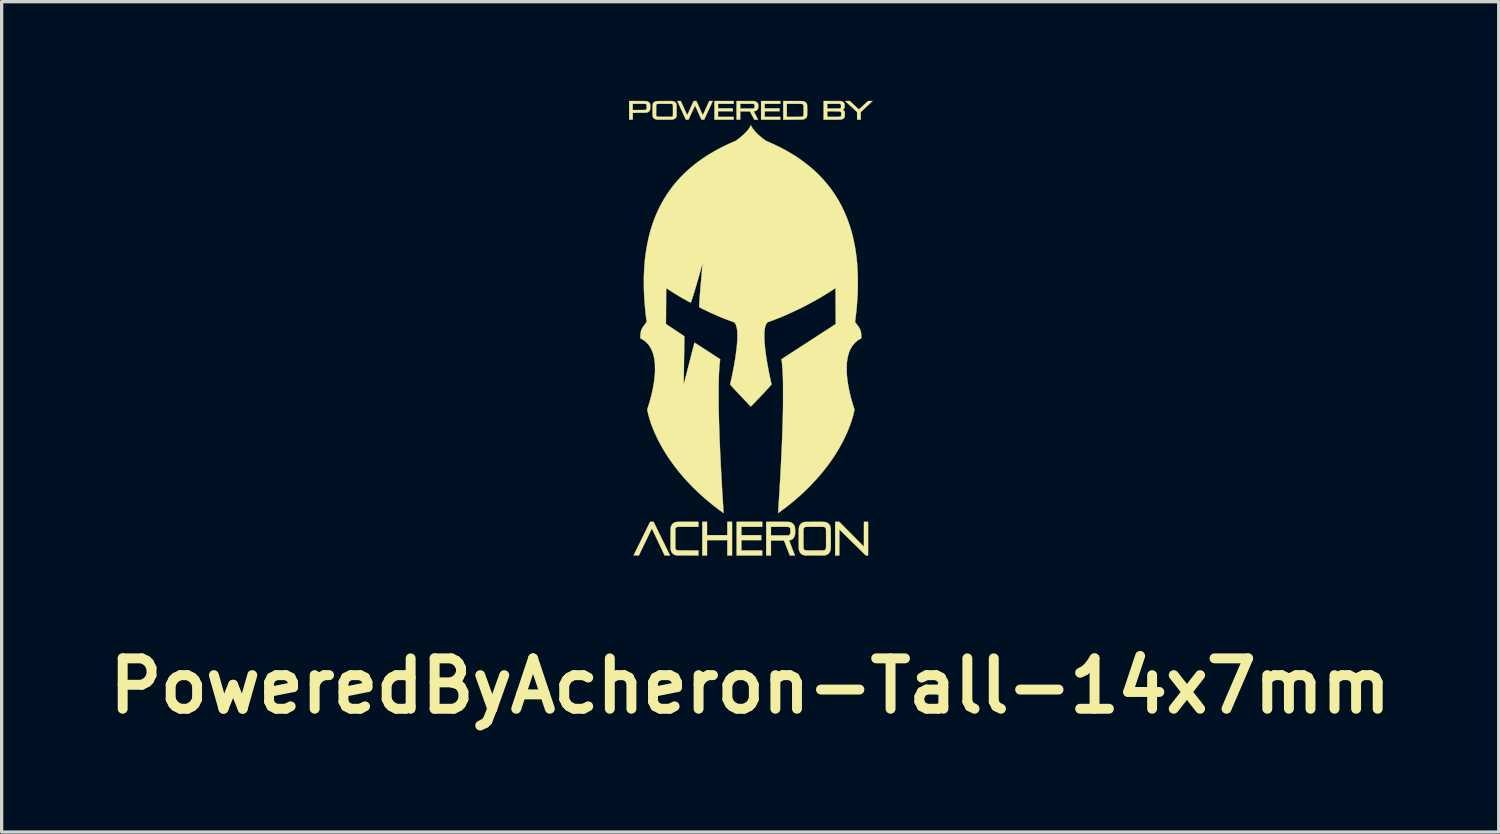
<source format=kicad_pcb>
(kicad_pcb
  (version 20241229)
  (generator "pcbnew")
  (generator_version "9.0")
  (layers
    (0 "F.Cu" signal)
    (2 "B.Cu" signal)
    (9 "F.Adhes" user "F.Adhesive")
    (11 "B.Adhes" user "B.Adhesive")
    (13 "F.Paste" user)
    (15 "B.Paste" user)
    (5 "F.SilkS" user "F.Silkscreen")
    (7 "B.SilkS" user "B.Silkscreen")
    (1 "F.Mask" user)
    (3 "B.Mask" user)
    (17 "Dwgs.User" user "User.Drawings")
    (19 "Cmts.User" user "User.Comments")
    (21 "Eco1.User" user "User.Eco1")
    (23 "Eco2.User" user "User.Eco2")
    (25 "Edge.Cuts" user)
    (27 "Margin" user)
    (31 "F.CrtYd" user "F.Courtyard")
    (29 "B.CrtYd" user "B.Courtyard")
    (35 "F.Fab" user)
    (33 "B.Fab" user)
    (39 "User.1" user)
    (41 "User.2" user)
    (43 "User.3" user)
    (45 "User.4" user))
  (footprint "PoweredByAcheron-Tall-14x7mm"
    (layer "F.Cu")
    (at 19.658 6.875)
    (property "Reference" "PoweredByAcheron-Tall-14x7mm" (at -0.02 10.82 0) (layer "F.SilkS") (effects (font (size 1.524 1.524) (thickness 0.3))))
    (attr through_hole)
    (fp_poly (pts (xy -1.326 6.26) (xy -0.711 6.26) (xy -0.711 5.857) (xy -0.569 5.857) (xy -0.569 6.873) (xy -0.711 6.873) (xy -0.711 6.41) (xy -1.326 6.41) (xy -1.326 6.873) (xy -1.468 6.873) (xy -1.468 5.857) (xy -1.326 5.857) (xy -1.326 6.26)) (stroke (width 0.01) (type solid)) (fill yes) (layer "F.SilkS"))
    (fp_poly (pts (xy -0.521 -6.786) (xy -0.993 -6.786) (xy -0.993 -6.647) (xy -0.546 -6.647) (xy -0.546 -6.563) (xy -0.993 -6.563) (xy -0.993 -6.39) (xy -0.521 -6.39) (xy -0.521 -6.306) (xy -1.1 -6.306) (xy -1.1 -6.87) (xy -0.521 -6.87) (xy -0.521 -6.786)) (stroke (width 0.01) (type solid)) (fill yes) (layer "F.SilkS"))
    (fp_poly (pts (xy 0.343 6.006) (xy -0.287 6.006) (xy -0.287 6.26) (xy 0.312 6.26) (xy 0.312 6.41) (xy -0.287 6.41) (xy -0.287 6.723) (xy 0.343 6.723) (xy 0.343 6.873) (xy -0.429 6.873) (xy -0.429 5.857) (xy 0.343 5.857) (xy 0.343 6.006)) (stroke (width 0.01) (type solid)) (fill yes) (layer "F.SilkS"))
    (fp_poly (pts (xy 0.889 -6.786) (xy 0.417 -6.786) (xy 0.417 -6.647) (xy 0.866 -6.647) (xy 0.866 -6.563) (xy 0.417 -6.563) (xy 0.417 -6.39) (xy 0.889 -6.39) (xy 0.889 -6.306) (xy 0.31 -6.306) (xy 0.31 -6.87) (xy 0.889 -6.87) (xy 0.889 -6.786)) (stroke (width 0.01) (type solid)) (fill yes) (layer "F.SilkS"))
    (fp_poly (pts (xy 3.047 6.233) (xy 3.42 6.609) (xy 3.42 6.233) (xy 3.421 5.857) (xy 3.545 5.857) (xy 3.545 6.873) (xy 3.511 6.872) (xy 3.476 6.872) (xy 3.076 6.478) (xy 2.676 6.084) (xy 2.674 6.873) (xy 2.55 6.873) (xy 2.55 5.857) (xy 2.674 5.857) (xy 3.047 6.233)) (stroke (width 0.01) (type solid)) (fill yes) (layer "F.SilkS"))
    (fp_poly (pts (xy 3.679 -6.869) (xy 3.501 -6.702) (xy 3.322 -6.536) (xy 3.322 -6.306) (xy 3.215 -6.306) (xy 3.214 -6.536) (xy 3.037 -6.7) (xy 3.012 -6.723) (xy 2.987 -6.746) (xy 2.964 -6.767) (xy 2.942 -6.787) (xy 2.923 -6.806) (xy 2.905 -6.822) (xy 2.89 -6.836) (xy 2.877 -6.848) (xy 2.867 -6.857) (xy 2.86 -6.863) (xy 2.857 -6.867) (xy 2.857 -6.867) (xy 2.857 -6.868) (xy 2.859 -6.869) (xy 2.864 -6.869) (xy 2.873 -6.87) (xy 2.885 -6.87) (xy 2.901 -6.87) (xy 2.922 -6.87) (xy 2.922 -6.87) (xy 2.991 -6.87) (xy 3.129 -6.742) (xy 3.155 -6.718) (xy 3.177 -6.697) (xy 3.197 -6.679) (xy 3.213 -6.664) (xy 3.227 -6.651) (xy 3.238 -6.641) (xy 3.247 -6.633) (xy 3.254 -6.627) (xy 3.26 -6.623) (xy 3.264 -6.62) (xy 3.267 -6.618) (xy 3.269 -6.617) (xy 3.27 -6.617) (xy 3.271 -6.617) (xy 3.272 -6.618) (xy 3.275 -6.62) (xy 3.281 -6.626) (xy 3.29 -6.634) (xy 3.302 -6.645) (xy 3.317 -6.659) (xy 3.333 -6.674) (xy 3.352 -6.691) (xy 3.372 -6.71) (xy 3.393 -6.73) (xy 3.411 -6.746) (xy 3.545 -6.87) (xy 3.679 -6.869)) (stroke (width 0.01) (type solid)) (fill yes) (layer "F.SilkS"))
    (fp_poly (pts (xy -2.994 5.857) (xy -2.942 5.857) (xy -2.709 6.335) (xy -2.686 6.382) (xy -2.663 6.427) (xy -2.642 6.472) (xy -2.62 6.515) (xy -2.6 6.557) (xy -2.581 6.597) (xy -2.562 6.634) (xy -2.545 6.669) (xy -2.529 6.702) (xy -2.515 6.732) (xy -2.502 6.759) (xy -2.49 6.782) (xy -2.48 6.802) (xy -2.472 6.819) (xy -2.466 6.831) (xy -2.462 6.84) (xy -2.461 6.843) (xy -2.446 6.873) (xy -2.526 6.873) (xy -2.607 6.872) (xy -2.8 6.465) (xy -2.82 6.422) (xy -2.84 6.381) (xy -2.859 6.34) (xy -2.877 6.302) (xy -2.895 6.266) (xy -2.911 6.231) (xy -2.926 6.2) (xy -2.94 6.17) (xy -2.953 6.144) (xy -2.964 6.121) (xy -2.974 6.101) (xy -2.982 6.085) (xy -2.988 6.072) (xy -2.992 6.064) (xy -2.994 6.06) (xy -2.995 6.059) (xy -2.996 6.062) (xy -2.999 6.069) (xy -3.005 6.079) (xy -3.012 6.094) (xy -3.021 6.113) (xy -3.032 6.134) (xy -3.044 6.16) (xy -3.057 6.188) (xy -3.072 6.218) (xy -3.088 6.251) (xy -3.105 6.287) (xy -3.123 6.324) (xy -3.142 6.364) (xy -3.162 6.405) (xy -3.182 6.447) (xy -3.192 6.466) (xy -3.387 6.871) (xy -3.466 6.872) (xy -3.488 6.872) (xy -3.507 6.872) (xy -3.523 6.872) (xy -3.534 6.871) (xy -3.542 6.871) (xy -3.545 6.87) (xy -3.545 6.87) (xy -3.544 6.868) (xy -3.541 6.861) (xy -3.535 6.85) (xy -3.528 6.835) (xy -3.519 6.817) (xy -3.508 6.794) (xy -3.495 6.769) (xy -3.481 6.74) (xy -3.466 6.709) (xy -3.449 6.675) (xy -3.431 6.638) (xy -3.412 6.599) (xy -3.392 6.558) (xy -3.37 6.515) (xy -3.348 6.47) (xy -3.326 6.424) (xy -3.302 6.377) (xy -3.295 6.362) (xy -3.046 5.857) (xy -2.994 5.857)) (stroke (width 0.01) (type solid)) (fill yes) (layer "F.SilkS"))
    (fp_poly (pts (xy -1.688 -6.869) (xy -1.648 -6.869) (xy -1.551 -6.655) (xy -1.537 -6.624) (xy -1.523 -6.594) (xy -1.511 -6.566) (xy -1.499 -6.54) (xy -1.488 -6.517) (xy -1.478 -6.496) (xy -1.47 -6.478) (xy -1.463 -6.463) (xy -1.458 -6.452) (xy -1.454 -6.445) (xy -1.453 -6.443) (xy -1.453 -6.443) (xy -1.451 -6.445) (xy -1.448 -6.452) (xy -1.443 -6.463) (xy -1.436 -6.477) (xy -1.428 -6.495) (xy -1.418 -6.516) (xy -1.408 -6.539) (xy -1.396 -6.565) (xy -1.383 -6.593) (xy -1.37 -6.622) (xy -1.356 -6.653) (xy -1.354 -6.657) (xy -1.256 -6.87) (xy -1.205 -6.87) (xy -1.189 -6.87) (xy -1.175 -6.87) (xy -1.164 -6.869) (xy -1.157 -6.869) (xy -1.154 -6.868) (xy -1.153 -6.868) (xy -1.155 -6.865) (xy -1.158 -6.858) (xy -1.163 -6.847) (xy -1.17 -6.833) (xy -1.178 -6.815) (xy -1.188 -6.793) (xy -1.199 -6.769) (xy -1.211 -6.742) (xy -1.225 -6.713) (xy -1.239 -6.682) (xy -1.255 -6.648) (xy -1.271 -6.614) (xy -1.284 -6.586) (xy -1.413 -6.306) (xy -1.493 -6.306) (xy -1.688 -6.738) (xy -1.692 -6.728) (xy -1.694 -6.725) (xy -1.698 -6.717) (xy -1.703 -6.705) (xy -1.71 -6.689) (xy -1.719 -6.671) (xy -1.729 -6.649) (xy -1.74 -6.625) (xy -1.752 -6.599) (xy -1.765 -6.571) (xy -1.779 -6.541) (xy -1.792 -6.513) (xy -1.886 -6.307) (xy -1.925 -6.307) (xy -1.964 -6.306) (xy -2.092 -6.584) (xy -2.108 -6.619) (xy -2.124 -6.653) (xy -2.139 -6.686) (xy -2.153 -6.717) (xy -2.166 -6.746) (xy -2.179 -6.772) (xy -2.189 -6.796) (xy -2.199 -6.817) (xy -2.207 -6.834) (xy -2.213 -6.848) (xy -2.218 -6.858) (xy -2.221 -6.864) (xy -2.221 -6.866) (xy -2.222 -6.867) (xy -2.221 -6.868) (xy -2.218 -6.869) (xy -2.213 -6.869) (xy -2.205 -6.87) (xy -2.193 -6.87) (xy -2.177 -6.87) (xy -2.172 -6.869) (xy -2.12 -6.869) (xy -2.023 -6.655) (xy -2.009 -6.624) (xy -1.996 -6.594) (xy -1.983 -6.566) (xy -1.971 -6.541) (xy -1.96 -6.517) (xy -1.951 -6.496) (xy -1.942 -6.478) (xy -1.935 -6.463) (xy -1.93 -6.452) (xy -1.927 -6.445) (xy -1.925 -6.442) (xy -1.925 -6.442) (xy -1.924 -6.445) (xy -1.92 -6.451) (xy -1.915 -6.462) (xy -1.909 -6.476) (xy -1.901 -6.494) (xy -1.891 -6.515) (xy -1.88 -6.538) (xy -1.868 -6.564) (xy -1.856 -6.591) (xy -1.842 -6.621) (xy -1.828 -6.652) (xy -1.826 -6.657) (xy -1.728 -6.87) (xy -1.688 -6.869)) (stroke (width 0.01) (type solid)) (fill yes) (layer "F.SilkS"))
    (fp_poly (pts (xy -1.587 6.006) (xy -1.903 6.007) (xy -1.95 6.007) (xy -1.992 6.007) (xy -2.029 6.007) (xy -2.062 6.008) (xy -2.091 6.008) (xy -2.117 6.008) (xy -2.139 6.008) (xy -2.158 6.008) (xy -2.174 6.008) (xy -2.187 6.009) (xy -2.198 6.009) (xy -2.207 6.009) (xy -2.214 6.01) (xy -2.22 6.01) (xy -2.224 6.011) (xy -2.227 6.011) (xy -2.23 6.012) (xy -2.232 6.012) (xy -2.249 6.02) (xy -2.262 6.031) (xy -2.273 6.045) (xy -2.276 6.051) (xy -2.285 6.069) (xy -2.285 6.363) (xy -2.284 6.408) (xy -2.284 6.448) (xy -2.284 6.484) (xy -2.284 6.516) (xy -2.284 6.543) (xy -2.284 6.567) (xy -2.284 6.587) (xy -2.284 6.605) (xy -2.284 6.619) (xy -2.284 6.632) (xy -2.283 6.641) (xy -2.283 6.649) (xy -2.283 6.656) (xy -2.282 6.661) (xy -2.282 6.664) (xy -2.281 6.667) (xy -2.28 6.67) (xy -2.28 6.672) (xy -2.272 6.687) (xy -2.26 6.7) (xy -2.246 6.711) (xy -2.236 6.715) (xy -2.221 6.721) (xy -1.904 6.722) (xy -1.587 6.723) (xy -1.587 6.873) (xy -1.908 6.872) (xy -1.958 6.872) (xy -2.004 6.872) (xy -2.045 6.872) (xy -2.081 6.872) (xy -2.114 6.872) (xy -2.142 6.872) (xy -2.166 6.871) (xy -2.187 6.871) (xy -2.205 6.871) (xy -2.219 6.871) (xy -2.231 6.87) (xy -2.24 6.87) (xy -2.246 6.869) (xy -2.249 6.869) (xy -2.282 6.862) (xy -2.312 6.85) (xy -2.339 6.836) (xy -2.362 6.817) (xy -2.377 6.801) (xy -2.39 6.784) (xy -2.401 6.764) (xy -2.411 6.741) (xy -2.42 6.714) (xy -2.42 6.713) (xy -2.427 6.688) (xy -2.428 6.38) (xy -2.428 6.329) (xy -2.428 6.284) (xy -2.428 6.243) (xy -2.428 6.206) (xy -2.428 6.174) (xy -2.428 6.146) (xy -2.427 6.122) (xy -2.427 6.101) (xy -2.427 6.084) (xy -2.427 6.071) (xy -2.426 6.06) (xy -2.426 6.053) (xy -2.425 6.048) (xy -2.419 6.015) (xy -2.409 5.983) (xy -2.395 5.955) (xy -2.379 5.93) (xy -2.378 5.93) (xy -2.36 5.911) (xy -2.338 5.895) (xy -2.313 5.881) (xy -2.284 5.87) (xy -2.254 5.862) (xy -2.235 5.859) (xy -2.229 5.859) (xy -2.218 5.858) (xy -2.202 5.858) (xy -2.181 5.858) (xy -2.155 5.857) (xy -2.126 5.857) (xy -2.091 5.857) (xy -2.053 5.857) (xy -2.01 5.857) (xy -1.963 5.857) (xy -1.912 5.857) (xy -1.9 5.857) (xy -1.587 5.857) (xy -1.587 6.006)) (stroke (width 0.01) (type solid)) (fill yes) (layer "F.SilkS"))
    (fp_poly (pts (xy -3.424 -6.869) (xy -3.383 -6.869) (xy -3.346 -6.869) (xy -3.313 -6.869) (xy -3.285 -6.869) (xy -3.26 -6.869) (xy -3.239 -6.869) (xy -3.221 -6.868) (xy -3.206 -6.868) (xy -3.194 -6.868) (xy -3.184 -6.868) (xy -3.175 -6.867) (xy -3.169 -6.867) (xy -3.163 -6.866) (xy -3.159 -6.866) (xy -3.155 -6.865) (xy -3.152 -6.864) (xy -3.148 -6.863) (xy -3.147 -6.863) (xy -3.122 -6.855) (xy -3.101 -6.844) (xy -3.083 -6.831) (xy -3.077 -6.826) (xy -3.068 -6.816) (xy -3.061 -6.807) (xy -3.055 -6.798) (xy -3.05 -6.787) (xy -3.047 -6.775) (xy -3.045 -6.76) (xy -3.044 -6.742) (xy -3.043 -6.721) (xy -3.043 -6.695) (xy -3.043 -6.692) (xy -3.043 -6.669) (xy -3.043 -6.65) (xy -3.044 -6.635) (xy -3.045 -6.623) (xy -3.046 -6.612) (xy -3.049 -6.603) (xy -3.052 -6.595) (xy -3.055 -6.586) (xy -3.056 -6.586) (xy -3.065 -6.572) (xy -3.078 -6.558) (xy -3.093 -6.545) (xy -3.111 -6.535) (xy -3.112 -6.535) (xy -3.119 -6.532) (xy -3.125 -6.529) (xy -3.131 -6.526) (xy -3.137 -6.524) (xy -3.143 -6.522) (xy -3.151 -6.521) (xy -3.159 -6.519) (xy -3.169 -6.518) (xy -3.181 -6.518) (xy -3.196 -6.517) (xy -3.213 -6.516) (xy -3.233 -6.516) (xy -3.257 -6.516) (xy -3.284 -6.516) (xy -3.315 -6.515) (xy -3.351 -6.515) (xy -3.372 -6.515) (xy -3.573 -6.514) (xy -3.573 -6.306) (xy -3.68 -6.306) (xy -3.68 -6.786) (xy -3.573 -6.786) (xy -3.573 -6.598) (xy -3.389 -6.598) (xy -3.353 -6.598) (xy -3.321 -6.598) (xy -3.295 -6.598) (xy -3.272 -6.599) (xy -3.253 -6.599) (xy -3.237 -6.599) (xy -3.224 -6.599) (xy -3.213 -6.6) (xy -3.205 -6.6) (xy -3.199 -6.601) (xy -3.194 -6.601) (xy -3.19 -6.602) (xy -3.189 -6.602) (xy -3.173 -6.608) (xy -3.162 -6.616) (xy -3.154 -6.626) (xy -3.153 -6.629) (xy -3.152 -6.634) (xy -3.151 -6.639) (xy -3.15 -6.646) (xy -3.15 -6.655) (xy -3.15 -6.668) (xy -3.15 -6.684) (xy -3.15 -6.698) (xy -3.15 -6.718) (xy -3.151 -6.733) (xy -3.151 -6.745) (xy -3.152 -6.754) (xy -3.154 -6.76) (xy -3.157 -6.765) (xy -3.161 -6.769) (xy -3.166 -6.773) (xy -3.169 -6.775) (xy -3.172 -6.777) (xy -3.176 -6.779) (xy -3.18 -6.78) (xy -3.184 -6.782) (xy -3.191 -6.783) (xy -3.198 -6.784) (xy -3.208 -6.784) (xy -3.22 -6.785) (xy -3.235 -6.785) (xy -3.253 -6.786) (xy -3.274 -6.786) (xy -3.299 -6.786) (xy -3.328 -6.786) (xy -3.362 -6.786) (xy -3.388 -6.786) (xy -3.573 -6.786) (xy -3.68 -6.786) (xy -3.68 -6.87) (xy -3.424 -6.869)) (stroke (width 0.01) (type solid)) (fill yes) (layer "F.SilkS"))
    (fp_poly (pts (xy -0.166 -6.869) (xy 0.1 -6.869) (xy 0.121 -6.863) (xy 0.145 -6.854) (xy 0.165 -6.844) (xy 0.183 -6.832) (xy 0.187 -6.828) (xy 0.199 -6.816) (xy 0.208 -6.804) (xy 0.215 -6.79) (xy 0.22 -6.775) (xy 0.223 -6.756) (xy 0.224 -6.734) (xy 0.225 -6.715) (xy 0.224 -6.695) (xy 0.224 -6.678) (xy 0.222 -6.665) (xy 0.221 -6.659) (xy 0.216 -6.643) (xy 0.208 -6.626) (xy 0.199 -6.611) (xy 0.195 -6.606) (xy 0.181 -6.592) (xy 0.164 -6.581) (xy 0.143 -6.572) (xy 0.119 -6.565) (xy 0.107 -6.562) (xy 0.097 -6.561) (xy 0.091 -6.56) (xy 0.087 -6.559) (xy 0.087 -6.559) (xy 0.088 -6.557) (xy 0.091 -6.55) (xy 0.096 -6.541) (xy 0.103 -6.528) (xy 0.111 -6.513) (xy 0.12 -6.495) (xy 0.129 -6.477) (xy 0.13 -6.475) (xy 0.142 -6.454) (xy 0.153 -6.432) (xy 0.164 -6.41) (xy 0.175 -6.39) (xy 0.184 -6.372) (xy 0.192 -6.357) (xy 0.197 -6.349) (xy 0.219 -6.306) (xy 0.105 -6.306) (xy 0.039 -6.431) (xy -0.027 -6.556) (xy -0.175 -6.557) (xy -0.322 -6.558) (xy -0.324 -6.307) (xy -0.376 -6.307) (xy -0.392 -6.307) (xy -0.406 -6.307) (xy -0.417 -6.307) (xy -0.426 -6.307) (xy -0.43 -6.308) (xy -0.43 -6.308) (xy -0.43 -6.311) (xy -0.43 -6.318) (xy -0.431 -6.33) (xy -0.431 -6.346) (xy -0.431 -6.366) (xy -0.431 -6.389) (xy -0.431 -6.415) (xy -0.432 -6.444) (xy -0.432 -6.476) (xy -0.432 -6.51) (xy -0.432 -6.545) (xy -0.432 -6.582) (xy -0.432 -6.786) (xy -0.323 -6.786) (xy -0.323 -6.641) (xy -0.13 -6.641) (xy -0.093 -6.641) (xy -0.061 -6.641) (xy -0.034 -6.642) (xy -0.01 -6.642) (xy 0.01 -6.642) (xy 0.026 -6.642) (xy 0.04 -6.642) (xy 0.051 -6.643) (xy 0.06 -6.643) (xy 0.066 -6.644) (xy 0.072 -6.644) (xy 0.076 -6.645) (xy 0.078 -6.645) (xy 0.091 -6.65) (xy 0.101 -6.656) (xy 0.109 -6.664) (xy 0.11 -6.665) (xy 0.112 -6.668) (xy 0.114 -6.672) (xy 0.115 -6.677) (xy 0.115 -6.684) (xy 0.115 -6.694) (xy 0.116 -6.708) (xy 0.116 -6.714) (xy 0.116 -6.729) (xy 0.115 -6.741) (xy 0.115 -6.749) (xy 0.114 -6.754) (xy 0.113 -6.758) (xy 0.111 -6.761) (xy 0.11 -6.763) (xy 0.099 -6.774) (xy 0.084 -6.781) (xy 0.076 -6.783) (xy 0.07 -6.784) (xy 0.06 -6.785) (xy 0.044 -6.785) (xy 0.024 -6.785) (xy -0.002 -6.786) (xy -0.033 -6.786) (xy -0.068 -6.786) (xy -0.109 -6.786) (xy -0.13 -6.786) (xy -0.323 -6.786) (xy -0.432 -6.786) (xy -0.432 -6.87) (xy -0.166 -6.869)) (stroke (width 0.01) (type solid)) (fill yes) (layer "F.SilkS"))
    (fp_poly (pts (xy 1.305 -6.87) (xy 1.35 -6.87) (xy 1.392 -6.87) (xy 1.428 -6.87) (xy 1.461 -6.869) (xy 1.489 -6.869) (xy 1.512 -6.869) (xy 1.53 -6.868) (xy 1.544 -6.868) (xy 1.552 -6.867) (xy 1.553 -6.867) (xy 1.585 -6.862) (xy 1.613 -6.854) (xy 1.637 -6.843) (xy 1.657 -6.83) (xy 1.674 -6.813) (xy 1.686 -6.795) (xy 1.686 -6.793) (xy 1.69 -6.786) (xy 1.692 -6.78) (xy 1.695 -6.774) (xy 1.697 -6.767) (xy 1.698 -6.759) (xy 1.7 -6.751) (xy 1.701 -6.74) (xy 1.702 -6.728) (xy 1.702 -6.713) (xy 1.702 -6.695) (xy 1.703 -6.674) (xy 1.703 -6.649) (xy 1.703 -6.619) (xy 1.703 -6.586) (xy 1.703 -6.553) (xy 1.703 -6.526) (xy 1.703 -6.502) (xy 1.703 -6.483) (xy 1.702 -6.467) (xy 1.702 -6.454) (xy 1.702 -6.443) (xy 1.701 -6.435) (xy 1.701 -6.428) (xy 1.7 -6.423) (xy 1.699 -6.418) (xy 1.698 -6.415) (xy 1.69 -6.39) (xy 1.68 -6.37) (xy 1.666 -6.353) (xy 1.648 -6.34) (xy 1.626 -6.328) (xy 1.615 -6.324) (xy 1.609 -6.321) (xy 1.603 -6.319) (xy 1.597 -6.317) (xy 1.591 -6.316) (xy 1.585 -6.314) (xy 1.579 -6.313) (xy 1.571 -6.312) (xy 1.562 -6.311) (xy 1.552 -6.31) (xy 1.54 -6.309) (xy 1.525 -6.309) (xy 1.508 -6.309) (xy 1.489 -6.308) (xy 1.466 -6.308) (xy 1.44 -6.308) (xy 1.41 -6.307) (xy 1.376 -6.307) (xy 1.338 -6.307) (xy 1.295 -6.307) (xy 1.267 -6.307) (xy 0.98 -6.306) (xy 0.98 -6.39) (xy 1.087 -6.39) (xy 1.297 -6.39) (xy 1.339 -6.39) (xy 1.376 -6.39) (xy 1.41 -6.39) (xy 1.441 -6.391) (xy 1.467 -6.391) (xy 1.489 -6.391) (xy 1.507 -6.392) (xy 1.52 -6.392) (xy 1.528 -6.393) (xy 1.529 -6.393) (xy 1.55 -6.397) (xy 1.567 -6.403) (xy 1.58 -6.412) (xy 1.589 -6.423) (xy 1.593 -6.434) (xy 1.594 -6.439) (xy 1.594 -6.449) (xy 1.595 -6.462) (xy 1.596 -6.479) (xy 1.596 -6.499) (xy 1.596 -6.521) (xy 1.596 -6.545) (xy 1.597 -6.569) (xy 1.597 -6.594) (xy 1.596 -6.619) (xy 1.596 -6.643) (xy 1.596 -6.665) (xy 1.596 -6.686) (xy 1.595 -6.705) (xy 1.594 -6.72) (xy 1.594 -6.731) (xy 1.593 -6.739) (xy 1.593 -6.74) (xy 1.586 -6.755) (xy 1.576 -6.767) (xy 1.562 -6.777) (xy 1.554 -6.78) (xy 1.552 -6.781) (xy 1.549 -6.782) (xy 1.545 -6.782) (xy 1.54 -6.783) (xy 1.534 -6.783) (xy 1.526 -6.784) (xy 1.516 -6.784) (xy 1.503 -6.784) (xy 1.488 -6.785) (xy 1.47 -6.785) (xy 1.449 -6.785) (xy 1.424 -6.785) (xy 1.395 -6.785) (xy 1.361 -6.785) (xy 1.323 -6.786) (xy 1.314 -6.786) (xy 1.087 -6.786) (xy 1.087 -6.39) (xy 0.98 -6.39) (xy 0.98 -6.87) (xy 1.255 -6.87) (xy 1.305 -6.87)) (stroke (width 0.01) (type solid)) (fill yes) (layer "F.SilkS"))
    (fp_poly (pts (xy 0.794 5.857) (xy 0.844 5.857) (xy 0.889 5.857) (xy 0.929 5.857) (xy 0.965 5.857) (xy 0.997 5.857) (xy 1.026 5.857) (xy 1.051 5.857) (xy 1.073 5.858) (xy 1.092 5.858) (xy 1.108 5.858) (xy 1.122 5.859) (xy 1.134 5.859) (xy 1.145 5.86) (xy 1.153 5.861) (xy 1.161 5.862) (xy 1.168 5.863) (xy 1.174 5.864) (xy 1.18 5.865) (xy 1.185 5.867) (xy 1.191 5.868) (xy 1.221 5.88) (xy 1.249 5.894) (xy 1.272 5.913) (xy 1.293 5.935) (xy 1.309 5.961) (xy 1.322 5.99) (xy 1.332 6.023) (xy 1.335 6.037) (xy 1.337 6.049) (xy 1.338 6.066) (xy 1.339 6.085) (xy 1.34 6.107) (xy 1.34 6.13) (xy 1.34 6.153) (xy 1.339 6.176) (xy 1.339 6.197) (xy 1.338 6.215) (xy 1.336 6.23) (xy 1.335 6.238) (xy 1.327 6.273) (xy 1.316 6.304) (xy 1.301 6.332) (xy 1.284 6.355) (xy 1.264 6.375) (xy 1.24 6.39) (xy 1.213 6.403) (xy 1.193 6.409) (xy 1.182 6.412) (xy 1.173 6.414) (xy 1.166 6.415) (xy 1.164 6.415) (xy 1.159 6.416) (xy 1.157 6.418) (xy 1.158 6.42) (xy 1.16 6.427) (xy 1.164 6.439) (xy 1.17 6.453) (xy 1.176 6.472) (xy 1.185 6.493) (xy 1.194 6.517) (xy 1.204 6.544) (xy 1.215 6.572) (xy 1.227 6.603) (xy 1.239 6.635) (xy 1.243 6.645) (xy 1.256 6.678) (xy 1.268 6.708) (xy 1.279 6.738) (xy 1.29 6.765) (xy 1.299 6.79) (xy 1.308 6.812) (xy 1.315 6.831) (xy 1.321 6.847) (xy 1.326 6.859) (xy 1.329 6.867) (xy 1.331 6.871) (xy 1.331 6.872) (xy 1.328 6.872) (xy 1.321 6.872) (xy 1.311 6.872) (xy 1.297 6.872) (xy 1.28 6.872) (xy 1.262 6.873) (xy 1.255 6.873) (xy 1.179 6.873) (xy 1.091 6.647) (xy 1.004 6.422) (xy 0.805 6.421) (xy 0.607 6.42) (xy 0.607 6.873) (xy 0.465 6.873) (xy 0.465 6.268) (xy 0.607 6.268) (xy 0.873 6.268) (xy 1.139 6.267) (xy 1.154 6.26) (xy 1.169 6.249) (xy 1.181 6.236) (xy 1.19 6.219) (xy 1.191 6.214) (xy 1.193 6.209) (xy 1.194 6.203) (xy 1.195 6.197) (xy 1.196 6.189) (xy 1.196 6.18) (xy 1.196 6.167) (xy 1.196 6.151) (xy 1.196 6.132) (xy 1.195 6.112) (xy 1.195 6.096) (xy 1.195 6.084) (xy 1.194 6.075) (xy 1.194 6.068) (xy 1.193 6.063) (xy 1.191 6.059) (xy 1.19 6.055) (xy 1.179 6.038) (xy 1.166 6.025) (xy 1.149 6.016) (xy 1.129 6.01) (xy 1.123 6.009) (xy 1.117 6.009) (xy 1.107 6.008) (xy 1.092 6.008) (xy 1.073 6.008) (xy 1.05 6.007) (xy 1.023 6.007) (xy 0.994 6.007) (xy 0.961 6.007) (xy 0.926 6.007) (xy 0.888 6.007) (xy 0.855 6.007) (xy 0.607 6.006) (xy 0.607 6.268) (xy 0.465 6.268) (xy 0.465 5.857) (xy 0.794 5.857)) (stroke (width 0.01) (type solid)) (fill yes) (layer "F.SilkS"))
    (fp_poly (pts (xy 2.458 -6.869) (xy 2.714 -6.869) (xy 2.738 -6.862) (xy 2.759 -6.855) (xy 2.776 -6.848) (xy 2.79 -6.839) (xy 2.801 -6.83) (xy 2.815 -6.814) (xy 2.825 -6.794) (xy 2.831 -6.777) (xy 2.832 -6.766) (xy 2.833 -6.751) (xy 2.834 -6.735) (xy 2.834 -6.717) (xy 2.834 -6.7) (xy 2.833 -6.686) (xy 2.832 -6.675) (xy 2.832 -6.674) (xy 2.826 -6.654) (xy 2.816 -6.636) (xy 2.803 -6.622) (xy 2.788 -6.611) (xy 2.783 -6.608) (xy 2.771 -6.602) (xy 2.783 -6.598) (xy 2.796 -6.591) (xy 2.81 -6.581) (xy 2.822 -6.57) (xy 2.83 -6.559) (xy 2.834 -6.549) (xy 2.837 -6.539) (xy 2.84 -6.526) (xy 2.841 -6.511) (xy 2.842 -6.492) (xy 2.842 -6.469) (xy 2.841 -6.457) (xy 2.841 -6.435) (xy 2.839 -6.418) (xy 2.838 -6.403) (xy 2.835 -6.392) (xy 2.832 -6.382) (xy 2.828 -6.373) (xy 2.822 -6.364) (xy 2.822 -6.364) (xy 2.809 -6.349) (xy 2.793 -6.336) (xy 2.772 -6.325) (xy 2.75 -6.317) (xy 2.744 -6.315) (xy 2.738 -6.314) (xy 2.731 -6.313) (xy 2.724 -6.311) (xy 2.716 -6.31) (xy 2.706 -6.31) (xy 2.695 -6.309) (xy 2.682 -6.308) (xy 2.667 -6.308) (xy 2.649 -6.307) (xy 2.628 -6.307) (xy 2.604 -6.307) (xy 2.577 -6.306) (xy 2.545 -6.306) (xy 2.51 -6.306) (xy 2.469 -6.306) (xy 2.441 -6.306) (xy 2.202 -6.306) (xy 2.202 -6.558) (xy 2.309 -6.558) (xy 2.309 -6.39) (xy 2.49 -6.39) (xy 2.526 -6.39) (xy 2.559 -6.39) (xy 2.589 -6.39) (xy 2.615 -6.391) (xy 2.638 -6.391) (xy 2.656 -6.391) (xy 2.671 -6.392) (xy 2.68 -6.392) (xy 2.685 -6.393) (xy 2.703 -6.397) (xy 2.716 -6.405) (xy 2.725 -6.414) (xy 2.727 -6.418) (xy 2.729 -6.422) (xy 2.731 -6.427) (xy 2.732 -6.432) (xy 2.732 -6.439) (xy 2.733 -6.449) (xy 2.733 -6.462) (xy 2.733 -6.476) (xy 2.733 -6.494) (xy 2.732 -6.507) (xy 2.732 -6.517) (xy 2.731 -6.524) (xy 2.73 -6.529) (xy 2.729 -6.531) (xy 2.723 -6.539) (xy 2.712 -6.546) (xy 2.699 -6.552) (xy 2.686 -6.555) (xy 2.68 -6.555) (xy 2.669 -6.556) (xy 2.652 -6.557) (xy 2.631 -6.557) (xy 2.605 -6.557) (xy 2.574 -6.557) (xy 2.539 -6.558) (xy 2.498 -6.558) (xy 2.49 -6.558) (xy 2.309 -6.558) (xy 2.202 -6.558) (xy 2.202 -6.641) (xy 2.309 -6.641) (xy 2.502 -6.642) (xy 2.538 -6.642) (xy 2.569 -6.642) (xy 2.596 -6.642) (xy 2.619 -6.643) (xy 2.638 -6.643) (xy 2.654 -6.643) (xy 2.667 -6.643) (xy 2.677 -6.643) (xy 2.685 -6.644) (xy 2.692 -6.644) (xy 2.696 -6.645) (xy 2.7 -6.646) (xy 2.702 -6.646) (xy 2.704 -6.647) (xy 2.706 -6.648) (xy 2.713 -6.652) (xy 2.718 -6.656) (xy 2.722 -6.662) (xy 2.724 -6.67) (xy 2.725 -6.68) (xy 2.726 -6.694) (xy 2.726 -6.712) (xy 2.726 -6.714) (xy 2.726 -6.732) (xy 2.726 -6.746) (xy 2.724 -6.757) (xy 2.722 -6.764) (xy 2.719 -6.77) (xy 2.714 -6.774) (xy 2.708 -6.778) (xy 2.707 -6.779) (xy 2.696 -6.785) (xy 2.502 -6.786) (xy 2.309 -6.786) (xy 2.309 -6.641) (xy 2.202 -6.641) (xy 2.202 -6.87) (xy 2.458 -6.869)) (stroke (width 0.01) (type solid)) (fill yes) (layer "F.SilkS"))
    (fp_poly (pts (xy -2.353 -6.863) (xy -2.328 -6.855) (xy -2.307 -6.845) (xy -2.29 -6.833) (xy -2.284 -6.828) (xy -2.269 -6.813) (xy -2.259 -6.795) (xy -2.251 -6.775) (xy -2.251 -6.773) (xy -2.25 -6.77) (xy -2.249 -6.766) (xy -2.249 -6.761) (xy -2.248 -6.755) (xy -2.248 -6.747) (xy -2.247 -6.737) (xy -2.247 -6.725) (xy -2.247 -6.709) (xy -2.247 -6.691) (xy -2.246 -6.669) (xy -2.246 -6.643) (xy -2.246 -6.613) (xy -2.246 -6.588) (xy -2.246 -6.419) (xy -2.252 -6.4) (xy -2.256 -6.389) (xy -2.261 -6.378) (xy -2.266 -6.369) (xy -2.28 -6.352) (xy -2.298 -6.337) (xy -2.32 -6.325) (xy -2.346 -6.316) (xy -2.374 -6.31) (xy -2.384 -6.309) (xy -2.391 -6.308) (xy -2.403 -6.308) (xy -2.419 -6.307) (xy -2.438 -6.307) (xy -2.461 -6.307) (xy -2.486 -6.307) (xy -2.513 -6.306) (xy -2.542 -6.306) (xy -2.572 -6.306) (xy -2.603 -6.306) (xy -2.633 -6.306) (xy -2.664 -6.307) (xy -2.694 -6.307) (xy -2.722 -6.307) (xy -2.749 -6.307) (xy -2.773 -6.308) (xy -2.795 -6.308) (xy -2.813 -6.308) (xy -2.828 -6.309) (xy -2.838 -6.309) (xy -2.843 -6.31) (xy -2.873 -6.316) (xy -2.899 -6.325) (xy -2.922 -6.337) (xy -2.94 -6.353) (xy -2.954 -6.371) (xy -2.964 -6.393) (xy -2.968 -6.404) (xy -2.968 -6.41) (xy -2.969 -6.421) (xy -2.97 -6.429) (xy -2.865 -6.429) (xy -2.859 -6.418) (xy -2.851 -6.407) (xy -2.838 -6.398) (xy -2.822 -6.393) (xy -2.82 -6.393) (xy -2.815 -6.392) (xy -2.806 -6.392) (xy -2.793 -6.392) (xy -2.776 -6.391) (xy -2.755 -6.391) (xy -2.732 -6.391) (xy -2.705 -6.391) (xy -2.677 -6.391) (xy -2.646 -6.391) (xy -2.615 -6.391) (xy -2.602 -6.391) (xy -2.396 -6.391) (xy -2.382 -6.398) (xy -2.372 -6.404) (xy -2.364 -6.411) (xy -2.362 -6.413) (xy -2.356 -6.422) (xy -2.356 -6.589) (xy -2.356 -6.622) (xy -2.356 -6.65) (xy -2.356 -6.674) (xy -2.356 -6.695) (xy -2.356 -6.711) (xy -2.356 -6.725) (xy -2.356 -6.735) (xy -2.357 -6.743) (xy -2.357 -6.75) (xy -2.358 -6.754) (xy -2.358 -6.757) (xy -2.359 -6.759) (xy -2.36 -6.761) (xy -2.361 -6.763) (xy -2.372 -6.774) (xy -2.387 -6.781) (xy -2.396 -6.784) (xy -2.401 -6.784) (xy -2.41 -6.785) (xy -2.424 -6.785) (xy -2.442 -6.785) (xy -2.465 -6.786) (xy -2.493 -6.786) (xy -2.525 -6.786) (xy -2.563 -6.786) (xy -2.605 -6.786) (xy -2.617 -6.786) (xy -2.655 -6.786) (xy -2.687 -6.785) (xy -2.716 -6.785) (xy -2.74 -6.785) (xy -2.76 -6.785) (xy -2.777 -6.785) (xy -2.791 -6.785) (xy -2.803 -6.784) (xy -2.812 -6.784) (xy -2.819 -6.784) (xy -2.824 -6.783) (xy -2.828 -6.782) (xy -2.831 -6.782) (xy -2.834 -6.781) (xy -2.836 -6.78) (xy -2.837 -6.78) (xy -2.846 -6.774) (xy -2.854 -6.767) (xy -2.856 -6.764) (xy -2.864 -6.755) (xy -2.864 -6.592) (xy -2.865 -6.429) (xy -2.97 -6.429) (xy -2.97 -6.435) (xy -2.971 -6.453) (xy -2.971 -6.474) (xy -2.971 -6.497) (xy -2.972 -6.523) (xy -2.972 -6.549) (xy -2.972 -6.576) (xy -2.972 -6.604) (xy -2.972 -6.631) (xy -2.972 -6.657) (xy -2.971 -6.682) (xy -2.971 -6.705) (xy -2.97 -6.726) (xy -2.97 -6.743) (xy -2.969 -6.758) (xy -2.968 -6.767) (xy -2.968 -6.772) (xy -2.962 -6.79) (xy -2.954 -6.805) (xy -2.944 -6.818) (xy -2.937 -6.826) (xy -2.921 -6.839) (xy -2.902 -6.85) (xy -2.88 -6.859) (xy -2.865 -6.863) (xy -2.862 -6.864) (xy -2.858 -6.865) (xy -2.854 -6.866) (xy -2.85 -6.866) (xy -2.844 -6.867) (xy -2.838 -6.867) (xy -2.83 -6.868) (xy -2.82 -6.868) (xy -2.808 -6.868) (xy -2.793 -6.868) (xy -2.776 -6.869) (xy -2.755 -6.869) (xy -2.731 -6.869) (xy -2.702 -6.869) (xy -2.67 -6.869) (xy -2.633 -6.869) (xy -2.61 -6.869) (xy -2.376 -6.869) (xy -2.353 -6.863)) (stroke (width 0.01) (type solid)) (fill yes) (layer "F.SilkS"))
    (fp_poly (pts (xy 2.103 5.857) (xy 2.128 5.857) (xy 2.15 5.857) (xy 2.169 5.858) (xy 2.186 5.858) (xy 2.2 5.859) (xy 2.212 5.859) (xy 2.223 5.86) (xy 2.232 5.861) (xy 2.239 5.862) (xy 2.246 5.863) (xy 2.253 5.864) (xy 2.259 5.866) (xy 2.265 5.868) (xy 2.268 5.868) (xy 2.297 5.879) (xy 2.322 5.892) (xy 2.345 5.909) (xy 2.364 5.929) (xy 2.367 5.932) (xy 2.379 5.949) (xy 2.389 5.965) (xy 2.397 5.982) (xy 2.404 6.002) (xy 2.41 6.025) (xy 2.411 6.029) (xy 2.412 6.033) (xy 2.412 6.037) (xy 2.413 6.041) (xy 2.414 6.046) (xy 2.414 6.051) (xy 2.415 6.058) (xy 2.415 6.066) (xy 2.415 6.076) (xy 2.416 6.088) (xy 2.416 6.102) (xy 2.416 6.119) (xy 2.416 6.139) (xy 2.416 6.163) (xy 2.417 6.19) (xy 2.417 6.22) (xy 2.417 6.255) (xy 2.417 6.294) (xy 2.417 6.338) (xy 2.417 6.344) (xy 2.417 6.398) (xy 2.417 6.447) (xy 2.417 6.491) (xy 2.417 6.53) (xy 2.417 6.564) (xy 2.417 6.593) (xy 2.417 6.617) (xy 2.416 6.636) (xy 2.416 6.651) (xy 2.416 6.661) (xy 2.415 6.664) (xy 2.412 6.693) (xy 2.406 6.718) (xy 2.399 6.741) (xy 2.39 6.762) (xy 2.375 6.789) (xy 2.356 6.812) (xy 2.333 6.831) (xy 2.307 6.847) (xy 2.277 6.86) (xy 2.253 6.867) (xy 2.25 6.867) (xy 2.246 6.868) (xy 2.242 6.869) (xy 2.236 6.869) (xy 2.228 6.869) (xy 2.219 6.87) (xy 2.207 6.87) (xy 2.193 6.87) (xy 2.177 6.871) (xy 2.157 6.871) (xy 2.134 6.871) (xy 2.108 6.871) (xy 2.077 6.871) (xy 2.043 6.871) (xy 2.004 6.871) (xy 1.961 6.871) (xy 1.943 6.871) (xy 1.905 6.872) (xy 1.868 6.872) (xy 1.832 6.872) (xy 1.799 6.872) (xy 1.768 6.872) (xy 1.74 6.872) (xy 1.715 6.871) (xy 1.693 6.871) (xy 1.674 6.871) (xy 1.66 6.871) (xy 1.65 6.871) (xy 1.644 6.871) (xy 1.643 6.871) (xy 1.619 6.867) (xy 1.598 6.862) (xy 1.58 6.857) (xy 1.564 6.85) (xy 1.549 6.842) (xy 1.542 6.838) (xy 1.519 6.821) (xy 1.5 6.802) (xy 1.484 6.78) (xy 1.471 6.754) (xy 1.46 6.724) (xy 1.455 6.704) (xy 1.449 6.678) (xy 1.448 6.385) (xy 1.448 6.358) (xy 1.59 6.358) (xy 1.59 6.392) (xy 1.59 6.425) (xy 1.59 6.458) (xy 1.59 6.489) (xy 1.59 6.519) (xy 1.59 6.547) (xy 1.591 6.572) (xy 1.591 6.595) (xy 1.591 6.614) (xy 1.592 6.63) (xy 1.592 6.641) (xy 1.592 6.648) (xy 1.592 6.65) (xy 1.597 6.67) (xy 1.606 6.687) (xy 1.617 6.701) (xy 1.632 6.711) (xy 1.633 6.712) (xy 1.636 6.713) (xy 1.64 6.715) (xy 1.644 6.716) (xy 1.648 6.717) (xy 1.653 6.718) (xy 1.659 6.719) (xy 1.667 6.72) (xy 1.677 6.72) (xy 1.688 6.721) (xy 1.702 6.721) (xy 1.719 6.722) (xy 1.739 6.722) (xy 1.762 6.722) (xy 1.788 6.722) (xy 1.818 6.722) (xy 1.853 6.722) (xy 1.892 6.722) (xy 1.936 6.722) (xy 1.939 6.722) (xy 1.982 6.722) (xy 2.02 6.722) (xy 2.054 6.722) (xy 2.083 6.722) (xy 2.109 6.721) (xy 2.131 6.721) (xy 2.149 6.721) (xy 2.165 6.721) (xy 2.178 6.721) (xy 2.189 6.72) (xy 2.197 6.72) (xy 2.204 6.72) (xy 2.209 6.719) (xy 2.213 6.719) (xy 2.217 6.718) (xy 2.219 6.717) (xy 2.222 6.717) (xy 2.222 6.717) (xy 2.236 6.709) (xy 2.25 6.699) (xy 2.26 6.686) (xy 2.265 6.677) (xy 2.268 6.668) (xy 2.271 6.656) (xy 2.273 6.646) (xy 2.273 6.641) (xy 2.274 6.631) (xy 2.274 6.616) (xy 2.274 6.598) (xy 2.275 6.575) (xy 2.275 6.55) (xy 2.275 6.521) (xy 2.275 6.489) (xy 2.275 6.455) (xy 2.275 6.419) (xy 2.275 6.381) (xy 2.275 6.365) (xy 2.275 6.326) (xy 2.275 6.289) (xy 2.275 6.254) (xy 2.275 6.221) (xy 2.275 6.191) (xy 2.275 6.164) (xy 2.274 6.141) (xy 2.274 6.12) (xy 2.274 6.104) (xy 2.274 6.092) (xy 2.273 6.085) (xy 2.273 6.083) (xy 2.268 6.062) (xy 2.261 6.044) (xy 2.25 6.03) (xy 2.235 6.02) (xy 2.216 6.012) (xy 2.199 6.009) (xy 2.194 6.009) (xy 2.183 6.008) (xy 2.169 6.008) (xy 2.15 6.008) (xy 2.128 6.007) (xy 2.102 6.007) (xy 2.074 6.007) (xy 2.042 6.007) (xy 2.008 6.007) (xy 1.972 6.007) (xy 1.935 6.007) (xy 1.933 6.007) (xy 1.895 6.007) (xy 1.859 6.007) (xy 1.825 6.007) (xy 1.793 6.007) (xy 1.765 6.007) (xy 1.739 6.007) (xy 1.716 6.008) (xy 1.697 6.008) (xy 1.683 6.008) (xy 1.672 6.009) (xy 1.667 6.009) (xy 1.667 6.009) (xy 1.645 6.014) (xy 1.627 6.021) (xy 1.613 6.033) (xy 1.603 6.047) (xy 1.596 6.066) (xy 1.593 6.08) (xy 1.592 6.085) (xy 1.592 6.095) (xy 1.591 6.109) (xy 1.591 6.127) (xy 1.591 6.148) (xy 1.591 6.173) (xy 1.59 6.2) (xy 1.59 6.229) (xy 1.59 6.259) (xy 1.59 6.291) (xy 1.59 6.325) (xy 1.59 6.358) (xy 1.448 6.358) (xy 1.448 6.332) (xy 1.448 6.284) (xy 1.448 6.24) (xy 1.448 6.202) (xy 1.448 6.168) (xy 1.448 6.14) (xy 1.449 6.115) (xy 1.449 6.096) (xy 1.449 6.08) (xy 1.45 6.069) (xy 1.45 6.064) (xy 1.454 6.035) (xy 1.46 6.009) (xy 1.468 5.986) (xy 1.476 5.967) (xy 1.491 5.941) (xy 1.51 5.918) (xy 1.533 5.899) (xy 1.559 5.883) (xy 1.579 5.874) (xy 1.586 5.872) (xy 1.592 5.87) (xy 1.598 5.868) (xy 1.603 5.866) (xy 1.609 5.865) (xy 1.615 5.863) (xy 1.623 5.862) (xy 1.631 5.861) (xy 1.641 5.86) (xy 1.653 5.86) (xy 1.667 5.859) (xy 1.683 5.859) (xy 1.702 5.858) (xy 1.724 5.858) (xy 1.749 5.858) (xy 1.778 5.858) (xy 1.811 5.858) (xy 1.849 5.858) (xy 1.891 5.857) (xy 1.916 5.857) (xy 1.962 5.857) (xy 2.004 5.857) (xy 2.041 5.857) (xy 2.074 5.857) (xy 2.103 5.857)) (stroke (width 0.01) (type solid)) (fill yes) (layer "F.SilkS"))
    (fp_poly (pts (xy 0.002 -6.137) (xy 0.003 -6.135) (xy 0.004 -6.132) (xy 0.007 -6.125) (xy 0.011 -6.115) (xy 0.015 -6.107) (xy 0.037 -6.069) (xy 0.062 -6.031) (xy 0.093 -5.991) (xy 0.127 -5.95) (xy 0.165 -5.909) (xy 0.207 -5.867) (xy 0.253 -5.825) (xy 0.302 -5.784) (xy 0.354 -5.742) (xy 0.38 -5.722) (xy 0.401 -5.707) (xy 0.418 -5.694) (xy 0.433 -5.683) (xy 0.445 -5.675) (xy 0.456 -5.668) (xy 0.465 -5.663) (xy 0.475 -5.658) (xy 0.484 -5.654) (xy 0.49 -5.651) (xy 0.5 -5.647) (xy 0.514 -5.641) (xy 0.53 -5.634) (xy 0.547 -5.627) (xy 0.566 -5.619) (xy 0.579 -5.613) (xy 0.725 -5.547) (xy 0.866 -5.478) (xy 1.003 -5.407) (xy 1.135 -5.333) (xy 1.264 -5.257) (xy 1.388 -5.178) (xy 1.508 -5.096) (xy 1.623 -5.011) (xy 1.735 -4.924) (xy 1.843 -4.835) (xy 1.946 -4.742) (xy 2.046 -4.646) (xy 2.141 -4.548) (xy 2.188 -4.498) (xy 2.278 -4.394) (xy 2.365 -4.287) (xy 2.447 -4.178) (xy 2.525 -4.065) (xy 2.599 -3.949) (xy 2.67 -3.83) (xy 2.736 -3.709) (xy 2.797 -3.584) (xy 2.855 -3.456) (xy 2.909 -3.326) (xy 2.958 -3.192) (xy 3.004 -3.056) (xy 3.045 -2.916) (xy 3.072 -2.815) (xy 3.101 -2.693) (xy 3.127 -2.57) (xy 3.151 -2.446) (xy 3.171 -2.32) (xy 3.189 -2.191) (xy 3.204 -2.06) (xy 3.216 -1.925) (xy 3.225 -1.787) (xy 3.232 -1.645) (xy 3.233 -1.606) (xy 3.234 -1.586) (xy 3.234 -1.562) (xy 3.235 -1.534) (xy 3.235 -1.503) (xy 3.235 -1.469) (xy 3.235 -1.433) (xy 3.235 -1.396) (xy 3.235 -1.359) (xy 3.235 -1.321) (xy 3.235 -1.283) (xy 3.234 -1.247) (xy 3.234 -1.212) (xy 3.233 -1.179) (xy 3.233 -1.149) (xy 3.232 -1.123) (xy 3.232 -1.1) (xy 3.231 -1.081) (xy 3.231 -1.081) (xy 3.225 -0.967) (xy 3.218 -0.857) (xy 3.211 -0.751) (xy 3.202 -0.648) (xy 3.193 -0.546) (xy 3.182 -0.445) (xy 3.17 -0.344) (xy 3.157 -0.243) (xy 3.157 -0.238) (xy 3.15 -0.183) (xy 3.184 -0.141) (xy 3.21 -0.108) (xy 3.233 -0.078) (xy 3.253 -0.05) (xy 3.27 -0.024) (xy 3.285 0.000109) (xy 3.297 0.023) (xy 3.307 0.046) (xy 3.316 0.069) (xy 3.323 0.093) (xy 3.328 0.118) (xy 3.333 0.144) (xy 3.333 0.147) (xy 3.334 0.157) (xy 3.336 0.169) (xy 3.337 0.185) (xy 3.338 0.202) (xy 3.339 0.219) (xy 3.34 0.237) (xy 3.341 0.254) (xy 3.342 0.27) (xy 3.342 0.284) (xy 3.342 0.294) (xy 3.342 0.301) (xy 3.342 0.303) (xy 3.339 0.306) (xy 3.332 0.31) (xy 3.323 0.315) (xy 3.313 0.321) (xy 3.313 0.321) (xy 3.264 0.349) (xy 3.218 0.381) (xy 3.174 0.417) (xy 3.134 0.457) (xy 3.096 0.501) (xy 3.061 0.548) (xy 3.03 0.599) (xy 3.003 0.652) (xy 2.992 0.676) (xy 2.973 0.724) (xy 2.956 0.774) (xy 2.942 0.826) (xy 2.929 0.881) (xy 2.918 0.94) (xy 2.909 1.002) (xy 2.904 1.051) (xy 2.902 1.068) (xy 2.901 1.089) (xy 2.9 1.114) (xy 2.9 1.142) (xy 2.899 1.172) (xy 2.899 1.203) (xy 2.899 1.235) (xy 2.899 1.268) (xy 2.899 1.299) (xy 2.9 1.329) (xy 2.901 1.357) (xy 2.902 1.382) (xy 2.903 1.403) (xy 2.904 1.41) (xy 2.911 1.491) (xy 2.921 1.572) (xy 2.932 1.653) (xy 2.946 1.735) (xy 2.961 1.818) (xy 2.979 1.904) (xy 2.999 1.993) (xy 3.011 2.039) (xy 3.024 2.091) (xy 3.038 2.146) (xy 3.054 2.202) (xy 3.07 2.259) (xy 3.087 2.316) (xy 3.104 2.369) (xy 3.116 2.408) (xy 3.121 2.423) (xy 3.125 2.437) (xy 3.128 2.449) (xy 3.131 2.458) (xy 3.131 2.462) (xy 3.131 2.463) (xy 3.131 2.471) (xy 3.129 2.483) (xy 3.126 2.499) (xy 3.122 2.518) (xy 3.117 2.54) (xy 3.112 2.564) (xy 3.106 2.589) (xy 3.099 2.615) (xy 3.092 2.642) (xy 3.085 2.668) (xy 3.078 2.693) (xy 3.077 2.699) (xy 3.047 2.798) (xy 3.013 2.899) (xy 2.974 3.001) (xy 2.932 3.105) (xy 2.886 3.21) (xy 2.837 3.315) (xy 2.784 3.421) (xy 2.728 3.526) (xy 2.67 3.631) (xy 2.608 3.734) (xy 2.564 3.805) (xy 2.48 3.934) (xy 2.391 4.061) (xy 2.299 4.186) (xy 2.203 4.309) (xy 2.103 4.431) (xy 1.998 4.551) (xy 1.888 4.67) (xy 1.774 4.789) (xy 1.754 4.809) (xy 1.66 4.902) (xy 1.566 4.991) (xy 1.471 5.077) (xy 1.374 5.162) (xy 1.275 5.246) (xy 1.172 5.33) (xy 1.121 5.37) (xy 1.099 5.388) (xy 1.075 5.406) (xy 1.051 5.425) (xy 1.026 5.444) (xy 1.001 5.462) (xy 0.977 5.48) (xy 0.953 5.498) (xy 0.931 5.515) (xy 0.91 5.53) (xy 0.89 5.545) (xy 0.872 5.557) (xy 0.857 5.568) (xy 0.845 5.577) (xy 0.835 5.583) (xy 0.829 5.587) (xy 0.826 5.588) (xy 0.826 5.588) (xy 0.826 5.585) (xy 0.826 5.578) (xy 0.827 5.566) (xy 0.828 5.55) (xy 0.829 5.532) (xy 0.83 5.51) (xy 0.832 5.486) (xy 0.833 5.46) (xy 0.835 5.432) (xy 0.835 5.426) (xy 0.844 5.288) (xy 0.852 5.155) (xy 0.86 5.027) (xy 0.868 4.902) (xy 0.875 4.78) (xy 0.882 4.661) (xy 0.889 4.545) (xy 0.895 4.431) (xy 0.901 4.318) (xy 0.907 4.206) (xy 0.912 4.096) (xy 0.918 3.985) (xy 0.923 3.874) (xy 0.923 3.874) (xy 0.928 3.77) (xy 0.933 3.668) (xy 0.937 3.57) (xy 0.941 3.473) (xy 0.945 3.378) (xy 0.948 3.283) (xy 0.952 3.188) (xy 0.955 3.093) (xy 0.958 2.996) (xy 0.961 2.897) (xy 0.964 2.795) (xy 0.967 2.689) (xy 0.97 2.58) (xy 0.971 2.541) (xy 0.971 2.519) (xy 0.972 2.492) (xy 0.972 2.462) (xy 0.972 2.428) (xy 0.973 2.391) (xy 0.973 2.351) (xy 0.973 2.309) (xy 0.974 2.264) (xy 0.974 2.218) (xy 0.974 2.171) (xy 0.974 2.123) (xy 0.974 2.074) (xy 0.974 2.025) (xy 0.974 1.976) (xy 0.974 1.928) (xy 0.974 1.88) (xy 0.974 1.834) (xy 0.974 1.789) (xy 0.973 1.747) (xy 0.973 1.707) (xy 0.973 1.669) (xy 0.973 1.635) (xy 0.972 1.604) (xy 0.972 1.577) (xy 0.971 1.554) (xy 0.971 1.536) (xy 0.971 1.53) (xy 0.968 1.458) (xy 0.965 1.39) (xy 0.962 1.327) (xy 0.959 1.268) (xy 0.955 1.212) (xy 0.951 1.161) (xy 0.947 1.113) (xy 0.943 1.067) (xy 0.938 1.025) (xy 0.935 0.996) (xy 0.932 0.976) (xy 0.931 0.961) (xy 0.93 0.95) (xy 0.93 0.943) (xy 0.93 0.939) (xy 0.931 0.938) (xy 0.933 0.937) (xy 0.939 0.932) (xy 0.95 0.925) (xy 0.963 0.916) (xy 0.98 0.905) (xy 1.001 0.892) (xy 1.024 0.877) (xy 1.049 0.86) (xy 1.077 0.842) (xy 1.107 0.823) (xy 1.139 0.802) (xy 1.172 0.78) (xy 1.207 0.758) (xy 1.242 0.735) (xy 1.283 0.708) (xy 1.326 0.68) (xy 1.371 0.651) (xy 1.417 0.622) (xy 1.463 0.592) (xy 1.509 0.562) (xy 1.555 0.532) (xy 1.599 0.503) (xy 1.642 0.475) (xy 1.683 0.449) (xy 1.72 0.425) (xy 1.755 0.402) (xy 1.779 0.386) (xy 1.839 0.347) (xy 1.895 0.311) (xy 1.948 0.277) (xy 1.996 0.245) (xy 2.041 0.216) (xy 2.082 0.189) (xy 2.121 0.164) (xy 2.156 0.141) (xy 2.189 0.12) (xy 2.218 0.101) (xy 2.246 0.083) (xy 2.271 0.067) (xy 2.294 0.052) (xy 2.314 0.039) (xy 2.334 0.026) (xy 2.351 0.015) (xy 2.367 0.004) (xy 2.382 -0.005) (xy 2.396 -0.014) (xy 2.409 -0.022) (xy 2.421 -0.03) (xy 2.432 -0.038) (xy 2.444 -0.045) (xy 2.455 -0.052) (xy 2.466 -0.059) (xy 2.47 -0.062) (xy 2.568 -0.126) (xy 2.567 -0.329) (xy 2.566 -0.358) (xy 2.566 -0.392) (xy 2.566 -0.429) (xy 2.566 -0.47) (xy 2.565 -0.514) (xy 2.565 -0.56) (xy 2.565 -0.607) (xy 2.565 -0.656) (xy 2.564 -0.705) (xy 2.564 -0.754) (xy 2.564 -0.802) (xy 2.564 -0.849) (xy 2.563 -0.873) (xy 2.563 -0.923) (xy 2.563 -0.968) (xy 2.563 -1.009) (xy 2.562 -1.045) (xy 2.562 -1.077) (xy 2.562 -1.105) (xy 2.562 -1.129) (xy 2.561 -1.15) (xy 2.561 -1.167) (xy 2.561 -1.181) (xy 2.561 -1.192) (xy 2.56 -1.201) (xy 2.56 -1.207) (xy 2.559 -1.211) (xy 2.559 -1.213) (xy 2.559 -1.213) (xy 2.556 -1.211) (xy 2.549 -1.207) (xy 2.54 -1.201) (xy 2.528 -1.193) (xy 2.514 -1.184) (xy 2.502 -1.176) (xy 2.372 -1.091) (xy 2.237 -1.007) (xy 2.098 -0.924) (xy 1.955 -0.842) (xy 1.81 -0.762) (xy 1.662 -0.684) (xy 1.513 -0.608) (xy 1.362 -0.535) (xy 1.21 -0.465) (xy 1.059 -0.397) (xy 0.907 -0.333) (xy 0.827 -0.3) (xy 0.792 -0.286) (xy 0.756 -0.272) (xy 0.719 -0.258) (xy 0.683 -0.244) (xy 0.647 -0.231) (xy 0.614 -0.219) (xy 0.584 -0.208) (xy 0.557 -0.198) (xy 0.549 -0.195) (xy 0.533 -0.19) (xy 0.522 -0.185) (xy 0.513 -0.181) (xy 0.506 -0.177) (xy 0.501 -0.173) (xy 0.497 -0.171) (xy 0.48 -0.152) (xy 0.465 -0.129) (xy 0.452 -0.101) (xy 0.44 -0.068) (xy 0.43 -0.031) (xy 0.422 0.011) (xy 0.415 0.057) (xy 0.41 0.108) (xy 0.408 0.164) (xy 0.407 0.224) (xy 0.407 0.289) (xy 0.41 0.358) (xy 0.414 0.431) (xy 0.42 0.509) (xy 0.422 0.524) (xy 0.429 0.595) (xy 0.437 0.669) (xy 0.447 0.747) (xy 0.459 0.829) (xy 0.472 0.914) (xy 0.486 1.002) (xy 0.501 1.092) (xy 0.518 1.184) (xy 0.536 1.277) (xy 0.554 1.371) (xy 0.574 1.466) (xy 0.594 1.561) (xy 0.611 1.635) (xy 0.625 1.699) (xy 0.615 1.712) (xy 0.607 1.723) (xy 0.594 1.738) (xy 0.578 1.756) (xy 0.559 1.778) (xy 0.536 1.803) (xy 0.51 1.832) (xy 0.48 1.864) (xy 0.447 1.9) (xy 0.41 1.939) (xy 0.371 1.981) (xy 0.327 2.027) (xy 0.281 2.076) (xy 0.239 2.121) (xy 0.2 2.161) (xy 0.165 2.198) (xy 0.133 2.232) (xy 0.105 2.261) (xy 0.08 2.287) (xy 0.058 2.31) (xy 0.04 2.329) (xy 0.025 2.344) (xy 0.014 2.355) (xy 0.006 2.363) (xy 0.001 2.367) (xy 0.000093 2.368) (xy -0.002 2.366) (xy -0.008 2.361) (xy -0.017 2.352) (xy -0.03 2.339) (xy -0.045 2.323) (xy -0.065 2.303) (xy -0.087 2.28) (xy -0.113 2.253) (xy -0.142 2.222) (xy -0.174 2.189) (xy -0.209 2.152) (xy -0.239 2.121) (xy -0.287 2.069) (xy -0.333 2.021) (xy -0.375 1.977) (xy -0.414 1.935) (xy -0.45 1.897) (xy -0.483 1.862) (xy -0.512 1.83) (xy -0.538 1.801) (xy -0.56 1.777) (xy -0.579 1.755) (xy -0.595 1.737) (xy -0.607 1.723) (xy -0.615 1.712) (xy -0.625 1.699) (xy -0.611 1.635) (xy -0.59 1.54) (xy -0.57 1.445) (xy -0.55 1.351) (xy -0.532 1.257) (xy -0.514 1.164) (xy -0.498 1.072) (xy -0.483 0.983) (xy -0.469 0.896) (xy -0.456 0.811) (xy -0.445 0.73) (xy -0.435 0.653) (xy -0.427 0.579) (xy -0.422 0.524) (xy -0.416 0.453) (xy -0.411 0.384) (xy -0.408 0.319) (xy -0.407 0.257) (xy -0.407 0.199) (xy -0.408 0.146) (xy -0.411 0.096) (xy -0.415 0.053) (xy -0.422 0.009) (xy -0.43 -0.031) (xy -0.44 -0.067) (xy -0.451 -0.099) (xy -0.464 -0.127) (xy -0.479 -0.15) (xy -0.495 -0.168) (xy -0.496 -0.17) (xy -0.5 -0.173) (xy -0.504 -0.176) (xy -0.507 -0.179) (xy -0.511 -0.181) (xy -0.517 -0.184) (xy -0.524 -0.186) (xy -0.534 -0.19) (xy -0.548 -0.195) (xy -0.565 -0.201) (xy -0.569 -0.202) (xy -0.638 -0.227) (xy -0.711 -0.254) (xy -0.788 -0.283) (xy -0.867 -0.315) (xy -0.948 -0.348) (xy -1.03 -0.384) (xy -1.114 -0.42) (xy -1.198 -0.458) (xy -1.282 -0.497) (xy -1.365 -0.537) (xy -1.447 -0.577) (xy -1.472 -0.589) (xy -1.561 -0.634) (xy -1.56 -0.681) (xy -1.56 -0.7) (xy -1.559 -0.724) (xy -1.558 -0.752) (xy -1.556 -0.786) (xy -1.553 -0.824) (xy -1.55 -0.866) (xy -1.547 -0.913) (xy -1.544 -0.964) (xy -1.539 -1.019) (xy -1.535 -1.078) (xy -1.53 -1.141) (xy -1.524 -1.207) (xy -1.519 -1.278) (xy -1.512 -1.351) (xy -1.506 -1.428) (xy -1.499 -1.509) (xy -1.492 -1.592) (xy -1.488 -1.632) (xy -1.486 -1.661) (xy -1.483 -1.691) (xy -1.48 -1.722) (xy -1.478 -1.752) (xy -1.475 -1.782) (xy -1.472 -1.812) (xy -1.47 -1.84) (xy -1.467 -1.866) (xy -1.465 -1.89) (xy -1.463 -1.911) (xy -1.462 -1.929) (xy -1.461 -1.943) (xy -1.46 -1.953) (xy -1.459 -1.958) (xy -1.459 -1.961) (xy -1.459 -1.964) (xy -1.459 -1.965) (xy -1.459 -1.965) (xy -1.46 -1.964) (xy -1.461 -1.96) (xy -1.463 -1.955) (xy -1.465 -1.947) (xy -1.468 -1.936) (xy -1.472 -1.922) (xy -1.477 -1.904) (xy -1.483 -1.883) (xy -1.49 -1.858) (xy -1.498 -1.829) (xy -1.508 -1.796) (xy -1.53 -1.716) (xy -1.552 -1.638) (xy -1.573 -1.563) (xy -1.594 -1.491) (xy -1.614 -1.421) (xy -1.633 -1.355) (xy -1.652 -1.291) (xy -1.67 -1.23) (xy -1.687 -1.173) (xy -1.703 -1.119) (xy -1.719 -1.068) (xy -1.733 -1.021) (xy -1.747 -0.978) (xy -1.76 -0.938) (xy -1.771 -0.903) (xy -1.782 -0.872) (xy -1.791 -0.844) (xy -1.799 -0.822) (xy -1.807 -0.804) (xy -1.812 -0.79) (xy -1.817 -0.781) (xy -1.819 -0.779) (xy -1.824 -0.772) (xy -1.837 -0.779) (xy -1.842 -0.782) (xy -1.852 -0.788) (xy -1.864 -0.794) (xy -1.879 -0.802) (xy -1.896 -0.812) (xy -1.914 -0.821) (xy -1.924 -0.827) (xy -2.004 -0.871) (xy -2.08 -0.914) (xy -2.154 -0.957) (xy -2.228 -1.001) (xy -2.301 -1.047) (xy -2.376 -1.094) (xy -2.453 -1.144) (xy -2.475 -1.158) (xy -2.494 -1.171) (xy -2.511 -1.182) (xy -2.526 -1.192) (xy -2.539 -1.2) (xy -2.549 -1.207) (xy -2.557 -1.212) (xy -2.56 -1.214) (xy -2.56 -1.214) (xy -2.561 -1.212) (xy -2.561 -1.204) (xy -2.561 -1.192) (xy -2.561 -1.176) (xy -2.561 -1.157) (xy -2.562 -1.133) (xy -2.562 -1.106) (xy -2.562 -1.076) (xy -2.562 -1.044) (xy -2.563 -1.009) (xy -2.563 -0.972) (xy -2.563 -0.933) (xy -2.563 -0.892) (xy -2.563 -0.873) (xy -2.564 -0.827) (xy -2.564 -0.78) (xy -2.564 -0.731) (xy -2.564 -0.682) (xy -2.565 -0.633) (xy -2.565 -0.585) (xy -2.565 -0.539) (xy -2.566 -0.494) (xy -2.566 -0.451) (xy -2.566 -0.412) (xy -2.566 -0.376) (xy -2.567 -0.344) (xy -2.567 -0.329) (xy -2.568 -0.126) (xy -2.29 0.059) (xy -2.011 0.245) (xy -2.011 0.269) (xy -2.012 0.274) (xy -2.012 0.283) (xy -2.012 0.297) (xy -2.012 0.316) (xy -2.012 0.338) (xy -2.013 0.365) (xy -2.013 0.396) (xy -2.014 0.43) (xy -2.014 0.468) (xy -2.015 0.508) (xy -2.015 0.552) (xy -2.016 0.598) (xy -2.017 0.647) (xy -2.017 0.698) (xy -2.018 0.752) (xy -2.019 0.807) (xy -2.02 0.864) (xy -2.021 0.922) (xy -2.021 0.982) (xy -2.022 1) (xy -2.023 1.06) (xy -2.023 1.118) (xy -2.024 1.175) (xy -2.025 1.23) (xy -2.026 1.283) (xy -2.026 1.334) (xy -2.027 1.383) (xy -2.028 1.429) (xy -2.028 1.472) (xy -2.029 1.512) (xy -2.029 1.549) (xy -2.03 1.583) (xy -2.03 1.613) (xy -2.03 1.64) (xy -2.031 1.662) (xy -2.031 1.68) (xy -2.031 1.694) (xy -2.031 1.703) (xy -2.031 1.708) (xy -2.031 1.708) (xy -2.03 1.706) (xy -2.029 1.699) (xy -2.026 1.687) (xy -2.021 1.671) (xy -2.016 1.651) (xy -2.01 1.627) (xy -2.003 1.6) (xy -1.995 1.569) (xy -1.986 1.534) (xy -1.977 1.497) (xy -1.966 1.457) (xy -1.955 1.414) (xy -1.944 1.368) (xy -1.931 1.32) (xy -1.919 1.271) (xy -1.905 1.219) (xy -1.892 1.166) (xy -1.878 1.111) (xy -1.868 1.073) (xy -1.849 0.999) (xy -1.831 0.93) (xy -1.815 0.865) (xy -1.8 0.806) (xy -1.786 0.751) (xy -1.773 0.7) (xy -1.761 0.655) (xy -1.75 0.614) (xy -1.741 0.577) (xy -1.732 0.545) (xy -1.725 0.517) (xy -1.719 0.493) (xy -1.713 0.474) (xy -1.709 0.459) (xy -1.706 0.448) (xy -1.704 0.441) (xy -1.703 0.438) (xy -1.703 0.438) (xy -1.7 0.439) (xy -1.694 0.443) (xy -1.683 0.45) (xy -1.67 0.459) (xy -1.653 0.47) (xy -1.633 0.482) (xy -1.61 0.497) (xy -1.585 0.513) (xy -1.558 0.531) (xy -1.529 0.55) (xy -1.498 0.569) (xy -1.466 0.59) (xy -1.433 0.612) (xy -1.399 0.634) (xy -1.364 0.656) (xy -1.329 0.679) (xy -1.294 0.702) (xy -1.259 0.725) (xy -1.224 0.747) (xy -1.19 0.769) (xy -1.157 0.791) (xy -1.125 0.811) (xy -1.095 0.831) (xy -1.067 0.849) (xy -1.04 0.867) (xy -1.016 0.882) (xy -0.994 0.897) (xy -0.975 0.909) (xy -0.959 0.919) (xy -0.946 0.928) (xy -0.937 0.934) (xy -0.932 0.937) (xy -0.931 0.938) (xy -0.93 0.941) (xy -0.93 0.947) (xy -0.93 0.956) (xy -0.932 0.969) (xy -0.934 0.987) (xy -0.935 0.996) (xy -0.94 1.042) (xy -0.945 1.091) (xy -0.95 1.143) (xy -0.954 1.198) (xy -0.958 1.257) (xy -0.962 1.319) (xy -0.965 1.385) (xy -0.968 1.456) (xy -0.97 1.531) (xy -0.972 1.611) (xy -0.973 1.636) (xy -0.973 1.656) (xy -0.974 1.681) (xy -0.974 1.71) (xy -0.974 1.743) (xy -0.974 1.78) (xy -0.975 1.819) (xy -0.975 1.861) (xy -0.975 1.906) (xy -0.975 1.952) (xy -0.975 1.999) (xy -0.975 2.047) (xy -0.975 2.095) (xy -0.974 2.144) (xy -0.974 2.192) (xy -0.974 2.24) (xy -0.974 2.286) (xy -0.973 2.331) (xy -0.973 2.373) (xy -0.973 2.414) (xy -0.972 2.451) (xy -0.972 2.485) (xy -0.971 2.515) (xy -0.971 2.541) (xy -0.97 2.558) (xy -0.969 2.606) (xy -0.968 2.649) (xy -0.967 2.689) (xy -0.966 2.724) (xy -0.965 2.756) (xy -0.964 2.786) (xy -0.964 2.813) (xy -0.963 2.838) (xy -0.962 2.861) (xy -0.962 2.884) (xy -0.961 2.905) (xy -0.96 2.927) (xy -0.96 2.949) (xy -0.959 2.971) (xy -0.959 2.98) (xy -0.953 3.139) (xy -0.948 3.302) (xy -0.941 3.468) (xy -0.934 3.639) (xy -0.926 3.813) (xy -0.917 3.992) (xy -0.908 4.176) (xy -0.898 4.363) (xy -0.888 4.556) (xy -0.877 4.752) (xy -0.865 4.954) (xy -0.852 5.16) (xy -0.839 5.372) (xy -0.834 5.446) (xy -0.833 5.472) (xy -0.831 5.497) (xy -0.83 5.52) (xy -0.828 5.54) (xy -0.827 5.557) (xy -0.827 5.571) (xy -0.826 5.581) (xy -0.826 5.587) (xy -0.826 5.588) (xy -0.828 5.587) (xy -0.834 5.584) (xy -0.842 5.579) (xy -0.853 5.571) (xy -0.865 5.563) (xy -0.869 5.56) (xy -1.013 5.454) (xy -1.153 5.345) (xy -1.289 5.234) (xy -1.421 5.121) (xy -1.549 5.006) (xy -1.674 4.889) (xy -1.794 4.769) (xy -1.909 4.648) (xy -2.021 4.525) (xy -2.128 4.4) (xy -2.231 4.274) (xy -2.329 4.146) (xy -2.423 4.016) (xy -2.512 3.886) (xy -2.596 3.753) (xy -2.676 3.62) (xy -2.751 3.485) (xy -2.811 3.369) (xy -2.853 3.282) (xy -2.894 3.194) (xy -2.932 3.107) (xy -2.967 3.02) (xy -3 2.934) (xy -3.03 2.849) (xy -3.057 2.766) (xy -3.081 2.686) (xy -3.101 2.608) (xy -3.119 2.533) (xy -3.122 2.514) (xy -3.125 2.499) (xy -3.128 2.486) (xy -3.13 2.474) (xy -3.131 2.466) (xy -3.131 2.462) (xy -3.131 2.456) (xy -3.129 2.447) (xy -3.125 2.437) (xy -3.125 2.435) (xy -3.12 2.42) (xy -3.114 2.401) (xy -3.107 2.379) (xy -3.099 2.354) (xy -3.091 2.328) (xy -3.083 2.301) (xy -3.075 2.275) (xy -3.067 2.249) (xy -3.06 2.226) (xy -3.054 2.205) (xy -3.054 2.203) (xy -3.021 2.08) (xy -2.992 1.96) (xy -2.966 1.843) (xy -2.945 1.729) (xy -2.927 1.618) (xy -2.914 1.51) (xy -2.904 1.405) (xy -2.9 1.349) (xy -2.899 1.332) (xy -2.899 1.312) (xy -2.899 1.289) (xy -2.898 1.264) (xy -2.898 1.237) (xy -2.899 1.21) (xy -2.899 1.182) (xy -2.899 1.155) (xy -2.9 1.13) (xy -2.9 1.107) (xy -2.901 1.087) (xy -2.902 1.07) (xy -2.903 1.062) (xy -2.91 0.994) (xy -2.92 0.931) (xy -2.931 0.872) (xy -2.944 0.816) (xy -2.96 0.762) (xy -2.978 0.712) (xy -2.999 0.663) (xy -3.011 0.636) (xy -3.038 0.585) (xy -3.068 0.538) (xy -3.101 0.494) (xy -3.138 0.453) (xy -3.142 0.449) (xy -3.183 0.409) (xy -3.227 0.374) (xy -3.273 0.343) (xy -3.313 0.321) (xy -3.323 0.315) (xy -3.332 0.31) (xy -3.339 0.306) (xy -3.342 0.303) (xy -3.342 0.303) (xy -3.342 0.299) (xy -3.342 0.291) (xy -3.342 0.279) (xy -3.341 0.264) (xy -3.341 0.248) (xy -3.34 0.23) (xy -3.339 0.212) (xy -3.338 0.195) (xy -3.336 0.178) (xy -3.335 0.164) (xy -3.334 0.152) (xy -3.333 0.147) (xy -3.329 0.121) (xy -3.323 0.095) (xy -3.316 0.071) (xy -3.308 0.048) (xy -3.298 0.025) (xy -3.286 0.001) (xy -3.271 -0.024) (xy -3.254 -0.05) (xy -3.234 -0.077) (xy -3.211 -0.108) (xy -3.184 -0.141) (xy -3.178 -0.148) (xy -3.15 -0.182) (xy -3.158 -0.248) (xy -3.181 -0.435) (xy -3.2 -0.622) (xy -3.215 -0.809) (xy -3.226 -0.994) (xy -3.233 -1.154) (xy -3.234 -1.178) (xy -3.234 -1.206) (xy -3.235 -1.237) (xy -3.235 -1.272) (xy -3.235 -1.308) (xy -3.235 -1.346) (xy -3.236 -1.384) (xy -3.235 -1.423) (xy -3.235 -1.461) (xy -3.235 -1.498) (xy -3.235 -1.532) (xy -3.234 -1.564) (xy -3.234 -1.592) (xy -3.233 -1.616) (xy -3.233 -1.62) (xy -3.226 -1.783) (xy -3.214 -1.942) (xy -3.2 -2.098) (xy -3.181 -2.25) (xy -3.159 -2.4) (xy -3.132 -2.546) (xy -3.102 -2.689) (xy -3.069 -2.829) (xy -3.031 -2.966) (xy -2.99 -3.1) (xy -2.945 -3.231) (xy -2.896 -3.359) (xy -2.843 -3.485) (xy -2.786 -3.608) (xy -2.746 -3.689) (xy -2.681 -3.81) (xy -2.612 -3.928) (xy -2.539 -4.044) (xy -2.462 -4.156) (xy -2.381 -4.266) (xy -2.296 -4.373) (xy -2.207 -4.477) (xy -2.113 -4.578) (xy -2.015 -4.676) (xy -1.913 -4.772) (xy -1.807 -4.865) (xy -1.697 -4.955) (xy -1.582 -5.042) (xy -1.464 -5.126) (xy -1.341 -5.208) (xy -1.213 -5.287) (xy -1.082 -5.363) (xy -0.946 -5.437) (xy -0.806 -5.508) (xy -0.662 -5.576) (xy -0.522 -5.637) (xy -0.506 -5.644) (xy -0.492 -5.65) (xy -0.48 -5.655) (xy -0.47 -5.66) (xy -0.465 -5.662) (xy -0.464 -5.663) (xy -0.458 -5.666) (xy -0.45 -5.671) (xy -0.439 -5.679) (xy -0.425 -5.689) (xy -0.41 -5.7) (xy -0.394 -5.712) (xy -0.377 -5.724) (xy -0.361 -5.736) (xy -0.345 -5.748) (xy -0.331 -5.76) (xy -0.328 -5.762) (xy -0.273 -5.808) (xy -0.223 -5.853) (xy -0.176 -5.898) (xy -0.134 -5.942) (xy -0.096 -5.986) (xy -0.063 -6.029) (xy -0.047 -6.053) (xy -0.039 -6.066) (xy -0.031 -6.079) (xy -0.023 -6.092) (xy -0.016 -6.106) (xy -0.01 -6.117) (xy -0.005 -6.127) (xy -0.003 -6.133) (xy -0.003 -6.135) (xy -0.001 -6.138) (xy 0 -6.139) (xy 0.002 -6.137)) (stroke (width 0.01) (type solid)) (fill yes) (layer "F.SilkS")))
  (gr_rect
    (start -3 -3)
    (end 42.276 22.113)
    (stroke (width 0.1) (type default))
    (fill no)
    (layer "Edge.Cuts")))
</source>
